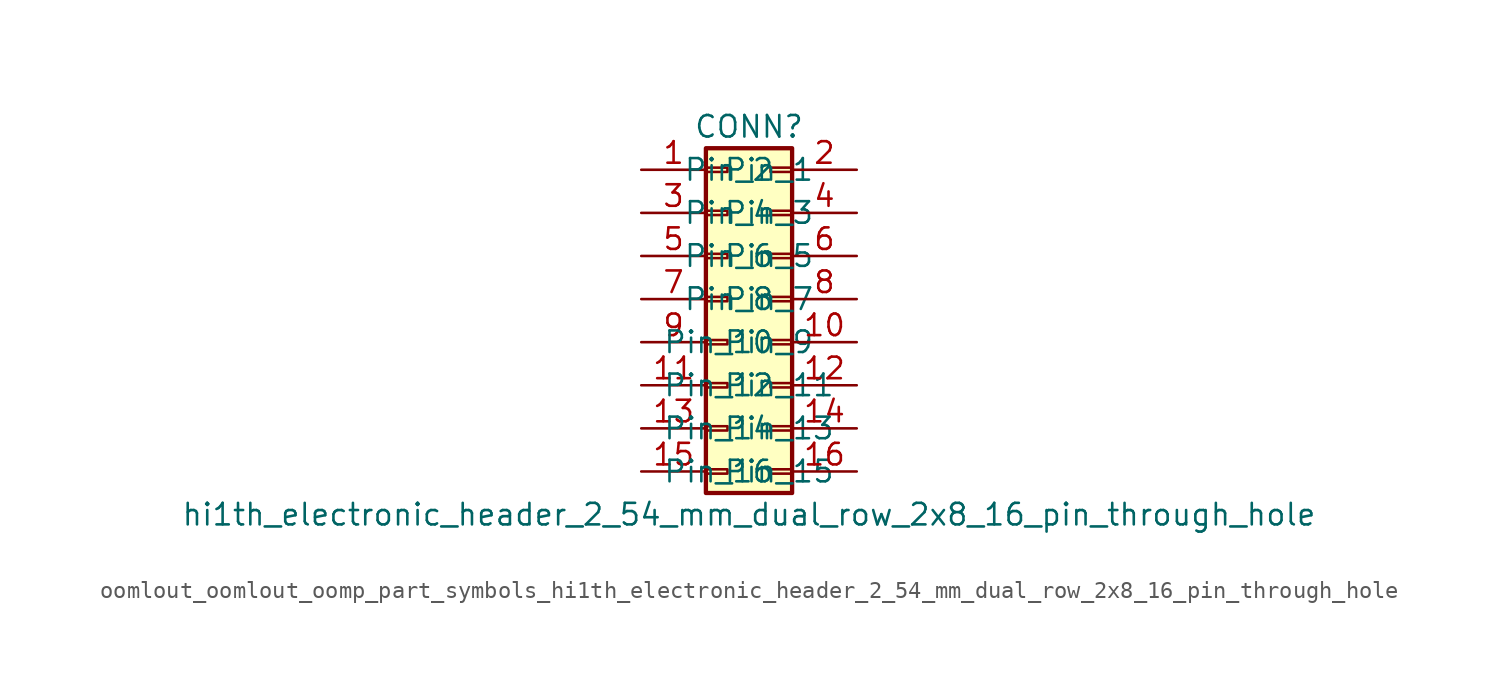
<source format=kicad_sym>
(kicad_symbol_lib
  (version 20220914)
  (generator kicad_symbol_editor)
  (symbol "oomlout_oomlout_oomp_part_symbols_hi1th_electronic_header_2_54_mm_dual_row_2x8_16_pin_through_hole"
    (pin_names
      (offset 1.016))
    (property "Reference" "CONN"
      (at 1.27 10.16 0)
      (effects (font (size 1.27 1.27))))
    (property "Value" "hi1th_electronic_header_2_54_mm_dual_row_2x8_16_pin_through_hole"
      (at 1.27 -12.7 0)
      (effects (font (size 1.27 1.27))))
    (symbol "oomlout_oomlout_oomp_part_symbols_hi1th_electronic_header_2_54_mm_dual_row_2x8_16_pin_through_hole_1_1"
      (rectangle (start -1.27 -10.033) (end 0 -10.287) (stroke (width 0.152) (type default)) (fill (type none)))
      (rectangle (start -1.27 -7.493) (end 0 -7.747) (stroke (width 0.152) (type default)) (fill (type none)))
      (rectangle (start -1.27 -4.953) (end 0 -5.207) (stroke (width 0.152) (type default)) (fill (type none)))
      (rectangle (start -1.27 -2.413) (end 0 -2.667) (stroke (width 0.152) (type default)) (fill (type none)))
      (rectangle (start -1.27 0.127) (end 0 -0.127) (stroke (width 0.152) (type default)) (fill (type none)))
      (rectangle (start -1.27 2.667) (end 0 2.413) (stroke (width 0.152) (type default)) (fill (type none)))
      (rectangle (start -1.27 5.207) (end 0 4.953) (stroke (width 0.152) (type default)) (fill (type none)))
      (rectangle (start -1.27 7.747) (end 0 7.493) (stroke (width 0.152) (type default)) (fill (type none)))
      (rectangle (start -1.27 8.89) (end 3.81 -11.43) (stroke (width 0.254) (type default)) (fill (type background)))
      (rectangle (start 3.81 -10.033) (end 2.54 -10.287) (stroke (width 0.152) (type default)) (fill (type none)))
      (rectangle (start 3.81 -7.493) (end 2.54 -7.747) (stroke (width 0.152) (type default)) (fill (type none)))
      (rectangle (start 3.81 -4.953) (end 2.54 -5.207) (stroke (width 0.152) (type default)) (fill (type none)))
      (rectangle (start 3.81 -2.413) (end 2.54 -2.667) (stroke (width 0.152) (type default)) (fill (type none)))
      (rectangle (start 3.81 0.127) (end 2.54 -0.127) (stroke (width 0.152) (type default)) (fill (type none)))
      (rectangle (start 3.81 2.667) (end 2.54 2.413) (stroke (width 0.152) (type default)) (fill (type none)))
      (rectangle (start 3.81 5.207) (end 2.54 4.953) (stroke (width 0.152) (type default)) (fill (type none)))
      (rectangle (start 3.81 7.747) (end 2.54 7.493) (stroke (width 0.152) (type default)) (fill (type none)))
      (pin passive line (at -5.08 7.62 0) (length 3.81) (name "Pin_1" (effects (font (size 1.27 1.27)))) (number "1" (effects (font (size 1.27 1.27)))))
      (pin passive line (at 7.62 -2.54 180) (length 3.81) (name "Pin_10" (effects (font (size 1.27 1.27)))) (number "10" (effects (font (size 1.27 1.27)))))
      (pin passive line (at -5.08 -5.08 0) (length 3.81) (name "Pin_11" (effects (font (size 1.27 1.27)))) (number "11" (effects (font (size 1.27 1.27)))))
      (pin passive line (at 7.62 -5.08 180) (length 3.81) (name "Pin_12" (effects (font (size 1.27 1.27)))) (number "12" (effects (font (size 1.27 1.27)))))
      (pin passive line (at -5.08 -7.62 0) (length 3.81) (name "Pin_13" (effects (font (size 1.27 1.27)))) (number "13" (effects (font (size 1.27 1.27)))))
      (pin passive line (at 7.62 -7.62 180) (length 3.81) (name "Pin_14" (effects (font (size 1.27 1.27)))) (number "14" (effects (font (size 1.27 1.27)))))
      (pin passive line (at -5.08 -10.16 0) (length 3.81) (name "Pin_15" (effects (font (size 1.27 1.27)))) (number "15" (effects (font (size 1.27 1.27)))))
      (pin passive line (at 7.62 -10.16 180) (length 3.81) (name "Pin_16" (effects (font (size 1.27 1.27)))) (number "16" (effects (font (size 1.27 1.27)))))
      (pin passive line (at 7.62 7.62 180) (length 3.81) (name "Pin_2" (effects (font (size 1.27 1.27)))) (number "2" (effects (font (size 1.27 1.27)))))
      (pin passive line (at -5.08 5.08 0) (length 3.81) (name "Pin_3" (effects (font (size 1.27 1.27)))) (number "3" (effects (font (size 1.27 1.27)))))
      (pin passive line (at 7.62 5.08 180) (length 3.81) (name "Pin_4" (effects (font (size 1.27 1.27)))) (number "4" (effects (font (size 1.27 1.27)))))
      (pin passive line (at -5.08 2.54 0) (length 3.81) (name "Pin_5" (effects (font (size 1.27 1.27)))) (number "5" (effects (font (size 1.27 1.27)))))
      (pin passive line (at 7.62 2.54 180) (length 3.81) (name "Pin_6" (effects (font (size 1.27 1.27)))) (number "6" (effects (font (size 1.27 1.27)))))
      (pin passive line (at -5.08 0 0) (length 3.81) (name "Pin_7" (effects (font (size 1.27 1.27)))) (number "7" (effects (font (size 1.27 1.27)))))
      (pin passive line (at 7.62 0 180) (length 3.81) (name "Pin_8" (effects (font (size 1.27 1.27)))) (number "8" (effects (font (size 1.27 1.27)))))
      (pin passive line (at -5.08 -2.54 0) (length 3.81) (name "Pin_9" (effects (font (size 1.27 1.27)))) (number "9" (effects (font (size 1.27 1.27))))))))
</source>
